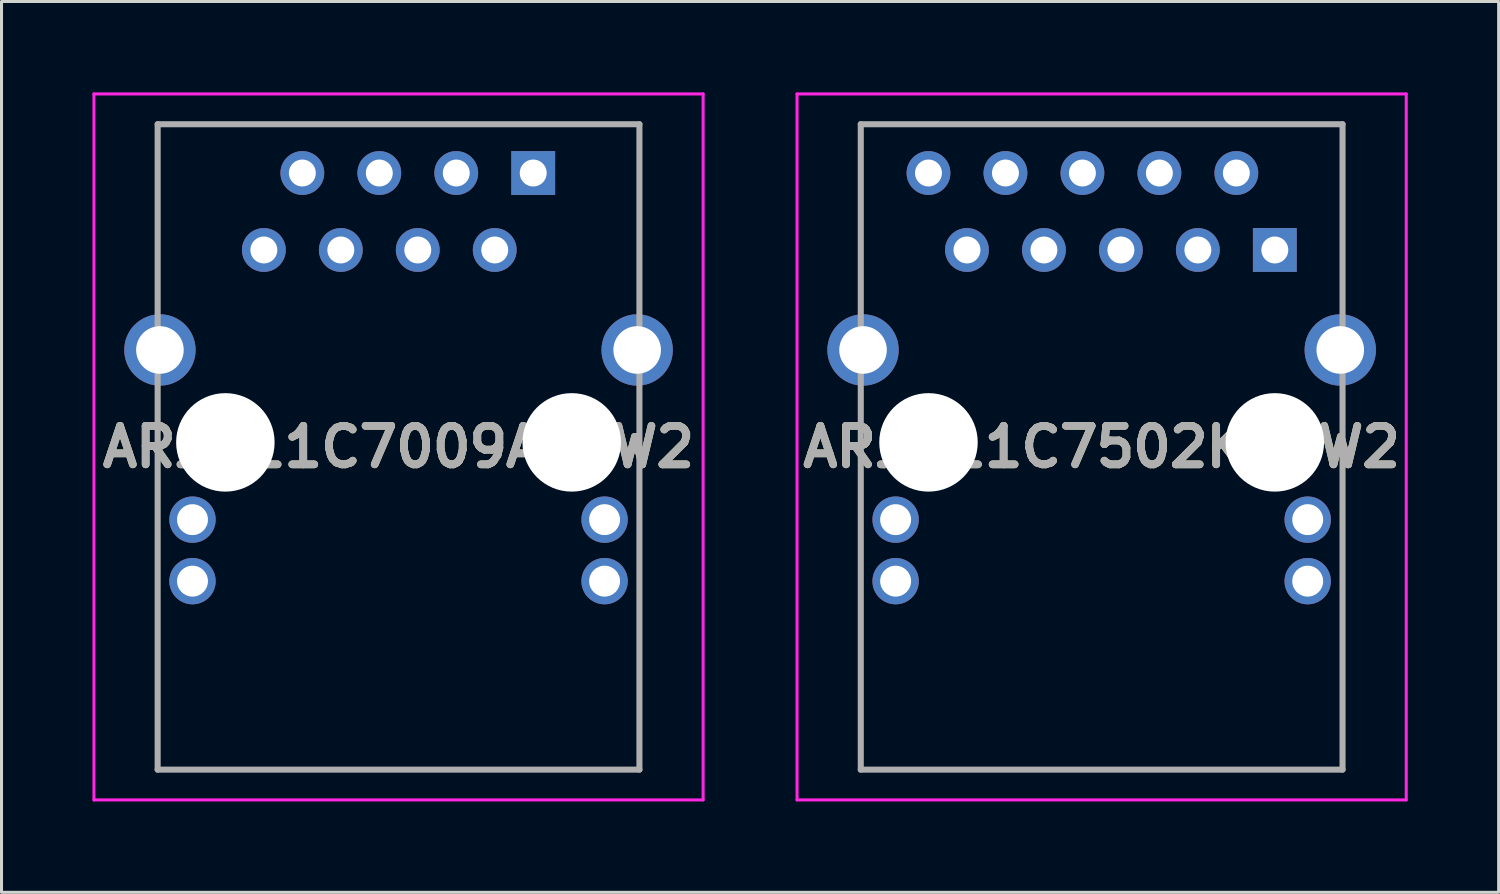
<source format=kicad_pcb>
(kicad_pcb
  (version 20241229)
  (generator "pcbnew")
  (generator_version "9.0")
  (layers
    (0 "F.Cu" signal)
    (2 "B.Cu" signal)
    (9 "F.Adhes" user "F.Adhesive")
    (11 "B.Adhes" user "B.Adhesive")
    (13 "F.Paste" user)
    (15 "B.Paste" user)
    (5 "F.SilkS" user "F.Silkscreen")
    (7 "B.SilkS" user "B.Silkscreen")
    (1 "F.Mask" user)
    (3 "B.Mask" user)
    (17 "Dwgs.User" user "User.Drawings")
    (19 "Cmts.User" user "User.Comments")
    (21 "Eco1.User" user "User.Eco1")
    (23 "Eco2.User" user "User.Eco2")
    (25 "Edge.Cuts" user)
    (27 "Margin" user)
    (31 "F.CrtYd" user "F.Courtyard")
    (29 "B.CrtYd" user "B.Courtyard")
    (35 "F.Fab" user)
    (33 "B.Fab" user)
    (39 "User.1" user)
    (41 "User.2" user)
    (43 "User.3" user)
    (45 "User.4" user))
  (footprint "ARJM11C7009ABEW2"
    (layer "F.Cu")
    (at 14.548 2.66)
    (property "Reference" "ARJM11C7009ABEW2" (at -4.445 9.04 0) (layer "F.SilkS") (effects (font (size 1.27 1.27) (thickness 0.254))))
    (attr through_hole)
    (fp_line (start -12.395 -1.61) (end -12.395 -1.61) (stroke (width 0.1) (type solid)) (layer "F.SilkS"))
    (fp_line (start -12.395 -1.61) (end -12.395 -1.61) (stroke (width 0.1) (type solid)) (layer "F.SilkS"))
    (fp_line (start -12.395 -1.61) (end -12.395 4.25) (stroke (width 0.1) (type solid)) (layer "F.SilkS"))
    (fp_line (start -12.395 -1.61) (end 3.505 -1.61) (stroke (width 0.1) (type solid)) (layer "F.SilkS"))
    (fp_line (start -12.395 4.25) (end -12.395 -1.61) (stroke (width 0.1) (type solid)) (layer "F.SilkS"))
    (fp_line (start -12.395 4.25) (end -12.395 4.25) (stroke (width 0.1) (type solid)) (layer "F.SilkS"))
    (fp_line (start -12.395 7.5) (end -12.395 7.5) (stroke (width 0.1) (type solid)) (layer "F.SilkS"))
    (fp_line (start -12.395 7.5) (end -12.395 10.5) (stroke (width 0.1) (type solid)) (layer "F.SilkS"))
    (fp_line (start -12.395 10.5) (end -12.395 7.5) (stroke (width 0.1) (type solid)) (layer "F.SilkS"))
    (fp_line (start -12.395 10.5) (end -12.395 10.5) (stroke (width 0.1) (type solid)) (layer "F.SilkS"))
    (fp_line (start -12.395 14.5) (end -12.395 14.5) (stroke (width 0.1) (type solid)) (layer "F.SilkS"))
    (fp_line (start -12.395 14.5) (end -12.395 19.69) (stroke (width 0.1) (type solid)) (layer "F.SilkS"))
    (fp_line (start -12.395 19.69) (end -12.395 14.5) (stroke (width 0.1) (type solid)) (layer "F.SilkS"))
    (fp_line (start -12.395 19.69) (end -12.395 19.69) (stroke (width 0.1) (type solid)) (layer "F.SilkS"))
    (fp_line (start -12.395 19.69) (end -12.395 19.69) (stroke (width 0.1) (type solid)) (layer "F.SilkS"))
    (fp_line (start -12.395 19.69) (end 3.5 19.69) (stroke (width 0.1) (type solid)) (layer "F.SilkS"))
    (fp_line (start 3.5 7.5) (end 3.5 10.5) (stroke (width 0.1) (type solid)) (layer "F.SilkS"))
    (fp_line (start 3.5 10.5) (end 3.505 10.5) (stroke (width 0.1) (type solid)) (layer "F.SilkS"))
    (fp_line (start 3.5 14.5) (end 3.5 19.69) (stroke (width 0.1) (type solid)) (layer "F.SilkS"))
    (fp_line (start 3.5 19.69) (end -12.395 19.69) (stroke (width 0.1) (type solid)) (layer "F.SilkS"))
    (fp_line (start 3.5 19.69) (end 3.5 19.69) (stroke (width 0.1) (type solid)) (layer "F.SilkS"))
    (fp_line (start 3.5 19.69) (end 3.505 19.69) (stroke (width 0.1) (type solid)) (layer "F.SilkS"))
    (fp_line (start 3.505 -1.61) (end -12.395 -1.61) (stroke (width 0.1) (type solid)) (layer "F.SilkS"))
    (fp_line (start 3.505 -1.61) (end 3.505 -1.61) (stroke (width 0.1) (type solid)) (layer "F.SilkS"))
    (fp_line (start 3.505 -1.61) (end 3.505 -1.61) (stroke (width 0.1) (type solid)) (layer "F.SilkS"))
    (fp_line (start 3.505 -1.61) (end 3.505 4.25) (stroke (width 0.1) (type solid)) (layer "F.SilkS"))
    (fp_line (start 3.505 4.25) (end 3.505 -1.61) (stroke (width 0.1) (type solid)) (layer "F.SilkS"))
    (fp_line (start 3.505 4.25) (end 3.505 4.25) (stroke (width 0.1) (type solid)) (layer "F.SilkS"))
    (fp_line (start 3.505 7.5) (end 3.5 7.5) (stroke (width 0.1) (type solid)) (layer "F.SilkS"))
    (fp_line (start 3.505 10.5) (end 3.505 7.5) (stroke (width 0.1) (type solid)) (layer "F.SilkS"))
    (fp_line (start 3.505 14.5) (end 3.5 14.5) (stroke (width 0.1) (type solid)) (layer "F.SilkS"))
    (fp_line (start 3.505 19.69) (end 3.505 14.5) (stroke (width 0.1) (type solid)) (layer "F.SilkS"))
    (fp_line (start -14.498 -2.61) (end 5.607 -2.61) (stroke (width 0.1) (type solid)) (layer "F.CrtYd"))
    (fp_line (start -14.498 20.69) (end -14.498 -2.61) (stroke (width 0.1) (type solid)) (layer "F.CrtYd"))
    (fp_line (start 5.607 -2.61) (end 5.607 20.69) (stroke (width 0.1) (type solid)) (layer "F.CrtYd"))
    (fp_line (start 5.607 20.69) (end -14.498 20.69) (stroke (width 0.1) (type solid)) (layer "F.CrtYd"))
    (fp_line (start -12.395 -1.61) (end -12.395 19.69) (stroke (width 0.2) (type solid)) (layer "F.Fab"))
    (fp_line (start -12.395 19.69) (end 3.505 19.69) (stroke (width 0.2) (type solid)) (layer "F.Fab"))
    (fp_line (start 3.505 -1.61) (end -12.395 -1.61) (stroke (width 0.2) (type solid)) (layer "F.Fab"))
    (fp_line (start 3.505 19.69) (end 3.505 -1.61) (stroke (width 0.2) (type solid)) (layer "F.Fab"))
    (fp_text user "${REFERENCE}" (at -4.445 9.04 0) (layer "F.Fab") (effects (font (size 1.27 1.27) (thickness 0.254))))
    (pad "" np_thru_hole circle (at -10.16 8.89) (size 3.25 3.25) (drill 3.25) (layers "*.Cu" "*.Mask"))
    (pad "" np_thru_hole circle (at 1.27 8.89) (size 3.25 3.25) (drill 3.25) (layers "*.Cu" "*.Mask"))
    (pad "1" thru_hole rect (at 0 0) (size 1.446 1.446) (drill 0.89) (layers "*.Cu" "*.Mask"))
    (pad "2" thru_hole circle (at -1.27 2.54) (size 1.446 1.446) (drill 0.89) (layers "*.Cu" "*.Mask"))
    (pad "3" thru_hole circle (at -2.54 0) (size 1.446 1.446) (drill 0.89) (layers "*.Cu" "*.Mask"))
    (pad "4" thru_hole circle (at -3.81 2.54) (size 1.446 1.446) (drill 0.89) (layers "*.Cu" "*.Mask"))
    (pad "5" thru_hole circle (at -5.08 0) (size 1.446 1.446) (drill 0.89) (layers "*.Cu" "*.Mask"))
    (pad "6" thru_hole circle (at -6.35 2.54) (size 1.446 1.446) (drill 0.89) (layers "*.Cu" "*.Mask"))
    (pad "7" thru_hole circle (at -7.62 0) (size 1.446 1.446) (drill 0.89) (layers "*.Cu" "*.Mask"))
    (pad "8" thru_hole circle (at -8.89 2.54) (size 1.446 1.446) (drill 0.89) (layers "*.Cu" "*.Mask"))
    (pad "L1" thru_hole circle (at -11.245 11.44) (size 1.53 1.53) (drill 1.02) (layers "*.Cu" "*.Mask"))
    (pad "L2" thru_hole circle (at -11.245 13.47) (size 1.53 1.53) (drill 1.02) (layers "*.Cu" "*.Mask"))
    (pad "L3" thru_hole circle (at 2.355 11.44) (size 1.53 1.53) (drill 1.02) (layers "*.Cu" "*.Mask"))
    (pad "L4" thru_hole circle (at 2.355 13.47) (size 1.53 1.53) (drill 1.02) (layers "*.Cu" "*.Mask"))
    (pad "MH1" thru_hole circle (at 3.43 5.84) (size 2.355 2.355) (drill 1.57) (layers "*.Cu" "*.Mask"))
    (pad "MH2" thru_hole circle (at -12.32 5.84) (size 2.355 2.355) (drill 1.57) (layers "*.Cu" "*.Mask")))
  (footprint "ARJM11C7502KBEW2"
    (layer "F.Cu")
    (at 37.753 2.66)
    (property "Reference" "ARJM11C7502KBEW2" (at -4.445 9.04 0) (layer "F.SilkS") (effects (font (size 1.27 1.27) (thickness 0.254))))
    (attr through_hole)
    (fp_line (start -12.395 -1.61) (end -12.395 -1.61) (stroke (width 0.1) (type solid)) (layer "F.SilkS"))
    (fp_line (start -12.395 -1.61) (end -12.395 -1.61) (stroke (width 0.1) (type solid)) (layer "F.SilkS"))
    (fp_line (start -12.395 -1.61) (end -12.395 4.25) (stroke (width 0.1) (type solid)) (layer "F.SilkS"))
    (fp_line (start -12.395 -1.61) (end 3.505 -1.61) (stroke (width 0.1) (type solid)) (layer "F.SilkS"))
    (fp_line (start -12.395 4.25) (end -12.395 -1.61) (stroke (width 0.1) (type solid)) (layer "F.SilkS"))
    (fp_line (start -12.395 4.25) (end -12.395 4.25) (stroke (width 0.1) (type solid)) (layer "F.SilkS"))
    (fp_line (start -12.395 7.5) (end -12.395 7.5) (stroke (width 0.1) (type solid)) (layer "F.SilkS"))
    (fp_line (start -12.395 7.5) (end -12.395 10.5) (stroke (width 0.1) (type solid)) (layer "F.SilkS"))
    (fp_line (start -12.395 10.5) (end -12.395 7.5) (stroke (width 0.1) (type solid)) (layer "F.SilkS"))
    (fp_line (start -12.395 10.5) (end -12.395 10.5) (stroke (width 0.1) (type solid)) (layer "F.SilkS"))
    (fp_line (start -12.395 14.5) (end -12.395 14.5) (stroke (width 0.1) (type solid)) (layer "F.SilkS"))
    (fp_line (start -12.395 14.5) (end -12.395 19.69) (stroke (width 0.1) (type solid)) (layer "F.SilkS"))
    (fp_line (start -12.395 19.69) (end -12.395 14.5) (stroke (width 0.1) (type solid)) (layer "F.SilkS"))
    (fp_line (start -12.395 19.69) (end -12.395 19.69) (stroke (width 0.1) (type solid)) (layer "F.SilkS"))
    (fp_line (start -12.395 19.69) (end -12.395 19.69) (stroke (width 0.1) (type solid)) (layer "F.SilkS"))
    (fp_line (start -12.395 19.69) (end 3.5 19.69) (stroke (width 0.1) (type solid)) (layer "F.SilkS"))
    (fp_line (start 3.5 7.5) (end 3.5 10.5) (stroke (width 0.1) (type solid)) (layer "F.SilkS"))
    (fp_line (start 3.5 10.5) (end 3.505 10.5) (stroke (width 0.1) (type solid)) (layer "F.SilkS"))
    (fp_line (start 3.5 14.5) (end 3.5 19.69) (stroke (width 0.1) (type solid)) (layer "F.SilkS"))
    (fp_line (start 3.5 19.69) (end -12.395 19.69) (stroke (width 0.1) (type solid)) (layer "F.SilkS"))
    (fp_line (start 3.5 19.69) (end 3.5 19.69) (stroke (width 0.1) (type solid)) (layer "F.SilkS"))
    (fp_line (start 3.5 19.69) (end 3.505 19.69) (stroke (width 0.1) (type solid)) (layer "F.SilkS"))
    (fp_line (start 3.505 -1.61) (end -12.395 -1.61) (stroke (width 0.1) (type solid)) (layer "F.SilkS"))
    (fp_line (start 3.505 -1.61) (end 3.505 -1.61) (stroke (width 0.1) (type solid)) (layer "F.SilkS"))
    (fp_line (start 3.505 -1.61) (end 3.505 -1.61) (stroke (width 0.1) (type solid)) (layer "F.SilkS"))
    (fp_line (start 3.505 -1.61) (end 3.505 4.25) (stroke (width 0.1) (type solid)) (layer "F.SilkS"))
    (fp_line (start 3.505 4.25) (end 3.505 -1.61) (stroke (width 0.1) (type solid)) (layer "F.SilkS"))
    (fp_line (start 3.505 4.25) (end 3.505 4.25) (stroke (width 0.1) (type solid)) (layer "F.SilkS"))
    (fp_line (start 3.505 7.5) (end 3.5 7.5) (stroke (width 0.1) (type solid)) (layer "F.SilkS"))
    (fp_line (start 3.505 10.5) (end 3.505 7.5) (stroke (width 0.1) (type solid)) (layer "F.SilkS"))
    (fp_line (start 3.505 14.5) (end 3.5 14.5) (stroke (width 0.1) (type solid)) (layer "F.SilkS"))
    (fp_line (start 3.505 19.69) (end 3.505 14.5) (stroke (width 0.1) (type solid)) (layer "F.SilkS"))
    (fp_line (start -14.498 -2.61) (end 5.607 -2.61) (stroke (width 0.1) (type solid)) (layer "F.CrtYd"))
    (fp_line (start -14.498 20.69) (end -14.498 -2.61) (stroke (width 0.1) (type solid)) (layer "F.CrtYd"))
    (fp_line (start 5.607 -2.61) (end 5.607 20.69) (stroke (width 0.1) (type solid)) (layer "F.CrtYd"))
    (fp_line (start 5.607 20.69) (end -14.498 20.69) (stroke (width 0.1) (type solid)) (layer "F.CrtYd"))
    (fp_line (start -12.395 -1.61) (end -12.395 19.69) (stroke (width 0.2) (type solid)) (layer "F.Fab"))
    (fp_line (start -12.395 19.69) (end 3.505 19.69) (stroke (width 0.2) (type solid)) (layer "F.Fab"))
    (fp_line (start 3.505 -1.61) (end -12.395 -1.61) (stroke (width 0.2) (type solid)) (layer "F.Fab"))
    (fp_line (start 3.505 19.69) (end 3.505 -1.61) (stroke (width 0.2) (type solid)) (layer "F.Fab"))
    (fp_text user "${REFERENCE}" (at -4.445 9.04 0) (layer "F.Fab") (effects (font (size 1.27 1.27) (thickness 0.254))))
    (pad "" np_thru_hole circle (at -10.16 8.89) (size 3.25 3.25) (drill 3.25) (layers "*.Cu" "*.Mask"))
    (pad "" np_thru_hole circle (at 1.27 8.89) (size 3.25 3.25) (drill 3.25) (layers "*.Cu" "*.Mask"))
    (pad "1" thru_hole rect (at 1.27 2.54) (size 1.446 1.446) (drill 0.89) (layers "*.Cu" "*.Mask"))
    (pad "2" thru_hole circle (at 0 0) (size 1.446 1.446) (drill 0.89) (layers "*.Cu" "*.Mask"))
    (pad "3" thru_hole circle (at -1.27 2.54) (size 1.446 1.446) (drill 0.89) (layers "*.Cu" "*.Mask"))
    (pad "4" thru_hole circle (at -2.54 0) (size 1.446 1.446) (drill 0.89) (layers "*.Cu" "*.Mask"))
    (pad "5" thru_hole circle (at -3.81 2.54) (size 1.446 1.446) (drill 0.89) (layers "*.Cu" "*.Mask"))
    (pad "6" thru_hole circle (at -5.08 0) (size 1.446 1.446) (drill 0.89) (layers "*.Cu" "*.Mask"))
    (pad "7" thru_hole circle (at -6.35 2.54) (size 1.446 1.446) (drill 0.89) (layers "*.Cu" "*.Mask"))
    (pad "8" thru_hole circle (at -7.62 0) (size 1.446 1.446) (drill 0.89) (layers "*.Cu" "*.Mask"))
    (pad "9" thru_hole circle (at -8.89 2.54) (size 1.446 1.446) (drill 0.89) (layers "*.Cu" "*.Mask"))
    (pad "10" thru_hole circle (at -10.16 0) (size 1.446 1.446) (drill 0.89) (layers "*.Cu" "*.Mask"))
    (pad "11" thru_hole circle (at -11.245 11.44) (size 1.53 1.53) (drill 1.02) (layers "*.Cu" "*.Mask"))
    (pad "12" thru_hole circle (at -11.245 13.47) (size 1.53 1.53) (drill 1.02) (layers "*.Cu" "*.Mask"))
    (pad "13" thru_hole circle (at 2.355 11.44) (size 1.53 1.53) (drill 1.02) (layers "*.Cu" "*.Mask"))
    (pad "14" thru_hole circle (at 2.355 13.47) (size 1.53 1.53) (drill 1.02) (layers "*.Cu" "*.Mask"))
    (pad "MH1" thru_hole circle (at 3.43 5.84) (size 2.355 2.355) (drill 1.57) (layers "*.Cu" "*.Mask"))
    (pad "MH2" thru_hole circle (at -12.32 5.84) (size 2.355 2.355) (drill 1.57) (layers "*.Cu" "*.Mask")))
  (gr_rect
    (start -3 -3)
    (end 46.41 26.4)
    (stroke (width 0.1) (type default))
    (fill no)
    (layer "Edge.Cuts")))
</source>
